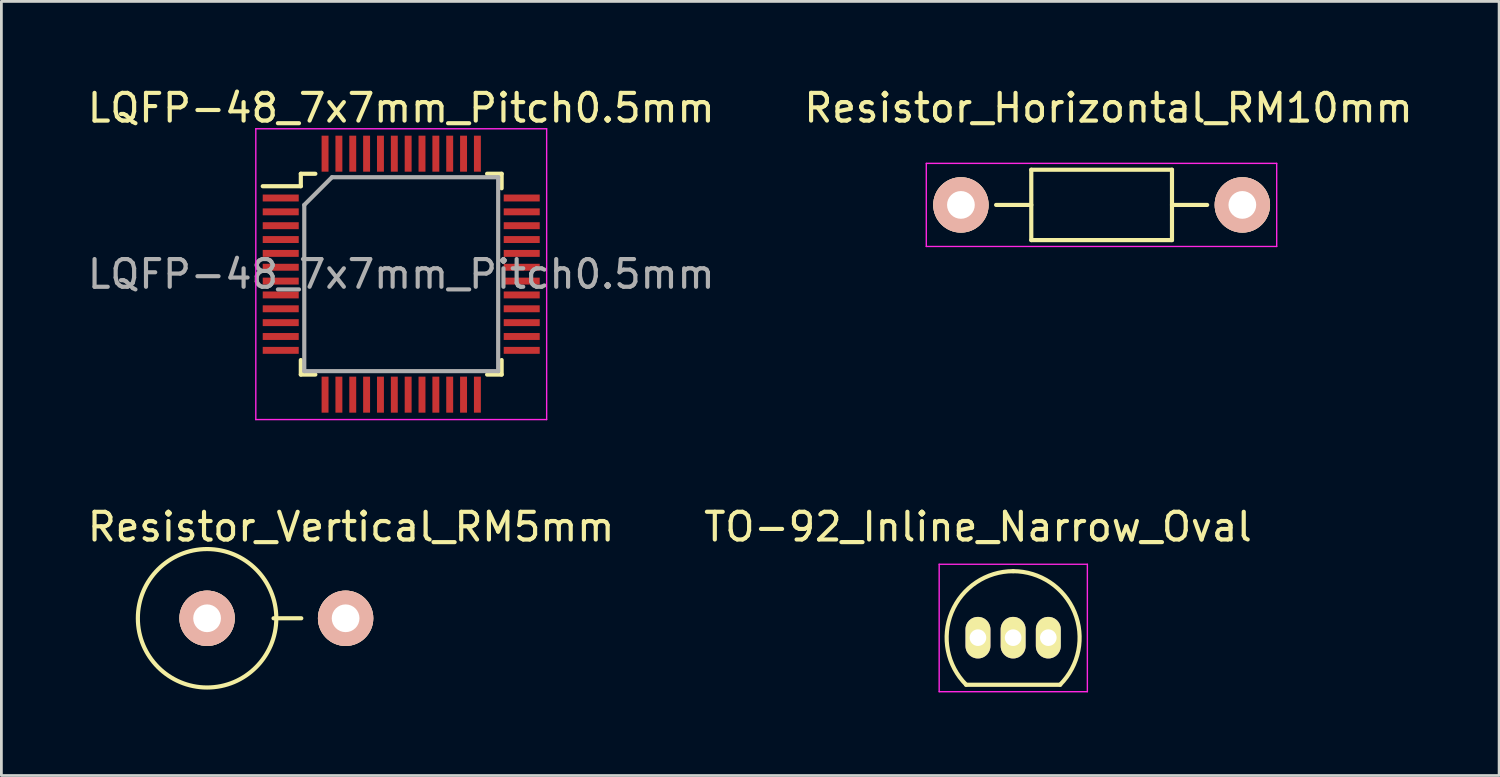
<source format=kicad_pcb>
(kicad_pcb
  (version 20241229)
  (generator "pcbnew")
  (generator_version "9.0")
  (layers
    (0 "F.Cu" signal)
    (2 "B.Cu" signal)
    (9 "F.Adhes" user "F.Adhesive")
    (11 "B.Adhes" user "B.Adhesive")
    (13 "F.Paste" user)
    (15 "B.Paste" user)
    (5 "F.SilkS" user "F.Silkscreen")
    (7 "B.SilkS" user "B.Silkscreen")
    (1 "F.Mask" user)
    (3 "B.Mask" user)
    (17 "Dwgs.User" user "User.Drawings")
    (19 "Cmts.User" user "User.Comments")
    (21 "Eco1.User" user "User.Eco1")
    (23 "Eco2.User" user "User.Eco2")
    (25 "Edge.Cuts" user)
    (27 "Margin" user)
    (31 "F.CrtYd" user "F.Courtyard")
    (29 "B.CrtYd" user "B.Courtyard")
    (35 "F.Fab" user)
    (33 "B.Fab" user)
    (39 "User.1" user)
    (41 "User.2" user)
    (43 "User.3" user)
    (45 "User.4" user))
  (footprint "Resistor_Vertical_RM5mm"
    (layer "F.Cu")
    (at 6.925 19.271)
    (property "Reference" "Resistor_Vertical_RM5mm" (at 2.7 -3.299 0) (layer "F.SilkS") (effects (font (size 1 1) (thickness 0.15))))
    (attr through_hole)
    (fp_line (start -0.099 0) (end 0.902 0) (stroke (width 0.15) (type solid)) (layer "F.SilkS"))
    (fp_circle (center -2.499 0) (end 0 0) (stroke (width 0.15) (type solid)) (fill no) (layer "F.SilkS"))
    (pad "1" thru_hole circle (at -2.499 0) (size 1.999 1.999) (drill 1.001) (layers "*.Cu" "*.SilkS" "*.Mask"))
    (pad "2" thru_hole circle (at 2.502 0) (size 1.999 1.999) (drill 1.001) (layers "*.Cu" "*.SilkS" "*.Mask")))
  (footprint "Resistor_Horizontal_RM10mm"
    (layer "F.Cu")
    (at 31.641 4.348)
    (property "Reference" "Resistor_Horizontal_RM10mm" (at 5.329 -3.5 0) (layer "F.SilkS") (effects (font (size 1 1) (thickness 0.15))))
    (attr through_hole)
    (fp_line (start 2.54 -1.27) (end 7.62 -1.27) (stroke (width 0.15) (type solid)) (layer "F.SilkS"))
    (fp_line (start 2.54 0) (end 1.27 0) (stroke (width 0.15) (type solid)) (layer "F.SilkS"))
    (fp_line (start 2.54 1.27) (end 2.54 -1.27) (stroke (width 0.15) (type solid)) (layer "F.SilkS"))
    (fp_line (start 7.62 -1.27) (end 7.62 1.27) (stroke (width 0.15) (type solid)) (layer "F.SilkS"))
    (fp_line (start 7.62 0) (end 8.89 0) (stroke (width 0.15) (type solid)) (layer "F.SilkS"))
    (fp_line (start 7.62 1.27) (end 2.54 1.27) (stroke (width 0.15) (type solid)) (layer "F.SilkS"))
    (fp_line (start -1.25 -1.5) (end 11.4 -1.5) (stroke (width 0.05) (type solid)) (layer "F.CrtYd"))
    (fp_line (start -1.25 1.5) (end -1.25 -1.5) (stroke (width 0.05) (type solid)) (layer "F.CrtYd"))
    (fp_line (start -1.25 1.5) (end 11.4 1.5) (stroke (width 0.05) (type solid)) (layer "F.CrtYd"))
    (fp_line (start 11.4 -1.5) (end 11.4 1.5) (stroke (width 0.05) (type solid)) (layer "F.CrtYd"))
    (pad "1" thru_hole circle (at 0 0) (size 1.999 1.999) (drill 1.001) (layers "*.Cu" "*.SilkS" "*.Mask"))
    (pad "2" thru_hole circle (at 10.16 0) (size 1.999 1.999) (drill 1.001) (layers "*.Cu" "*.SilkS" "*.Mask")))
  (footprint "LQFP-48_7x7mm_Pitch0.5mm"
    (layer "F.Cu")
    (at 11.435 6.848)
    (property "Reference" "LQFP-48_7x7mm_Pitch0.5mm" (at 0 -6 0) (layer "F.SilkS") (effects (font (size 1 1) (thickness 0.15))))
    (attr smd)
    (fp_line (start -3.625 -3.625) (end -3.625 -3.175) (stroke (width 0.15) (type solid)) (layer "F.SilkS"))
    (fp_line (start -3.625 -3.625) (end -3.1 -3.625) (stroke (width 0.15) (type solid)) (layer "F.SilkS"))
    (fp_line (start -3.625 -3.175) (end -5 -3.175) (stroke (width 0.15) (type solid)) (layer "F.SilkS"))
    (fp_line (start -3.625 3.625) (end -3.625 3.1) (stroke (width 0.15) (type solid)) (layer "F.SilkS"))
    (fp_line (start -3.625 3.625) (end -3.1 3.625) (stroke (width 0.15) (type solid)) (layer "F.SilkS"))
    (fp_line (start 3.625 -3.625) (end 3.1 -3.625) (stroke (width 0.15) (type solid)) (layer "F.SilkS"))
    (fp_line (start 3.625 -3.625) (end 3.625 -3.1) (stroke (width 0.15) (type solid)) (layer "F.SilkS"))
    (fp_line (start 3.625 3.625) (end 3.1 3.625) (stroke (width 0.15) (type solid)) (layer "F.SilkS"))
    (fp_line (start 3.625 3.625) (end 3.625 3.1) (stroke (width 0.15) (type solid)) (layer "F.SilkS"))
    (fp_line (start -5.25 -5.25) (end -5.25 5.25) (stroke (width 0.05) (type solid)) (layer "F.CrtYd"))
    (fp_line (start -5.25 -5.25) (end 5.25 -5.25) (stroke (width 0.05) (type solid)) (layer "F.CrtYd"))
    (fp_line (start -5.25 5.25) (end 5.25 5.25) (stroke (width 0.05) (type solid)) (layer "F.CrtYd"))
    (fp_line (start 5.25 -5.25) (end 5.25 5.25) (stroke (width 0.05) (type solid)) (layer "F.CrtYd"))
    (fp_line (start -3.5 -2.5) (end -2.5 -3.5) (stroke (width 0.15) (type solid)) (layer "F.Fab"))
    (fp_line (start -3.5 3.5) (end -3.5 -2.5) (stroke (width 0.15) (type solid)) (layer "F.Fab"))
    (fp_line (start -2.5 -3.5) (end 3.5 -3.5) (stroke (width 0.15) (type solid)) (layer "F.Fab"))
    (fp_line (start 3.5 -3.5) (end 3.5 3.5) (stroke (width 0.15) (type solid)) (layer "F.Fab"))
    (fp_line (start 3.5 3.5) (end -3.5 3.5) (stroke (width 0.15) (type solid)) (layer "F.Fab"))
    (fp_text user "${REFERENCE}" (at 0 0 0) (layer "F.Fab") (effects (font (size 1 1) (thickness 0.15))))
    (pad "1" smd rect (at -4.35 -2.75) (size 1.3 0.25) (layers "F.Cu" "F.Mask" "F.Paste"))
    (pad "2" smd rect (at -4.35 -2.25) (size 1.3 0.25) (layers "F.Cu" "F.Mask" "F.Paste"))
    (pad "3" smd rect (at -4.35 -1.75) (size 1.3 0.25) (layers "F.Cu" "F.Mask" "F.Paste"))
    (pad "4" smd rect (at -4.35 -1.25) (size 1.3 0.25) (layers "F.Cu" "F.Mask" "F.Paste"))
    (pad "5" smd rect (at -4.35 -0.75) (size 1.3 0.25) (layers "F.Cu" "F.Mask" "F.Paste"))
    (pad "6" smd rect (at -4.35 -0.25) (size 1.3 0.25) (layers "F.Cu" "F.Mask" "F.Paste"))
    (pad "7" smd rect (at -4.35 0.25) (size 1.3 0.25) (layers "F.Cu" "F.Mask" "F.Paste"))
    (pad "8" smd rect (at -4.35 0.75) (size 1.3 0.25) (layers "F.Cu" "F.Mask" "F.Paste"))
    (pad "9" smd rect (at -4.35 1.25) (size 1.3 0.25) (layers "F.Cu" "F.Mask" "F.Paste"))
    (pad "10" smd rect (at -4.35 1.75) (size 1.3 0.25) (layers "F.Cu" "F.Mask" "F.Paste"))
    (pad "11" smd rect (at -4.35 2.25) (size 1.3 0.25) (layers "F.Cu" "F.Mask" "F.Paste"))
    (pad "12" smd rect (at -4.35 2.75) (size 1.3 0.25) (layers "F.Cu" "F.Mask" "F.Paste"))
    (pad "13" smd rect (at -2.75 4.35 90) (size 1.3 0.25) (layers "F.Cu" "F.Mask" "F.Paste"))
    (pad "14" smd rect (at -2.25 4.35 90) (size 1.3 0.25) (layers "F.Cu" "F.Mask" "F.Paste"))
    (pad "15" smd rect (at -1.75 4.35 90) (size 1.3 0.25) (layers "F.Cu" "F.Mask" "F.Paste"))
    (pad "16" smd rect (at -1.25 4.35 90) (size 1.3 0.25) (layers "F.Cu" "F.Mask" "F.Paste"))
    (pad "17" smd rect (at -0.75 4.35 90) (size 1.3 0.25) (layers "F.Cu" "F.Mask" "F.Paste"))
    (pad "18" smd rect (at -0.25 4.35 90) (size 1.3 0.25) (layers "F.Cu" "F.Mask" "F.Paste"))
    (pad "19" smd rect (at 0.25 4.35 90) (size 1.3 0.25) (layers "F.Cu" "F.Mask" "F.Paste"))
    (pad "20" smd rect (at 0.75 4.35 90) (size 1.3 0.25) (layers "F.Cu" "F.Mask" "F.Paste"))
    (pad "21" smd rect (at 1.25 4.35 90) (size 1.3 0.25) (layers "F.Cu" "F.Mask" "F.Paste"))
    (pad "22" smd rect (at 1.75 4.35 90) (size 1.3 0.25) (layers "F.Cu" "F.Mask" "F.Paste"))
    (pad "23" smd rect (at 2.25 4.35 90) (size 1.3 0.25) (layers "F.Cu" "F.Mask" "F.Paste"))
    (pad "24" smd rect (at 2.75 4.35 90) (size 1.3 0.25) (layers "F.Cu" "F.Mask" "F.Paste"))
    (pad "25" smd rect (at 4.35 2.75) (size 1.3 0.25) (layers "F.Cu" "F.Mask" "F.Paste"))
    (pad "26" smd rect (at 4.35 2.25) (size 1.3 0.25) (layers "F.Cu" "F.Mask" "F.Paste"))
    (pad "27" smd rect (at 4.35 1.75) (size 1.3 0.25) (layers "F.Cu" "F.Mask" "F.Paste"))
    (pad "28" smd rect (at 4.35 1.25) (size 1.3 0.25) (layers "F.Cu" "F.Mask" "F.Paste"))
    (pad "29" smd rect (at 4.35 0.75) (size 1.3 0.25) (layers "F.Cu" "F.Mask" "F.Paste"))
    (pad "30" smd rect (at 4.35 0.25) (size 1.3 0.25) (layers "F.Cu" "F.Mask" "F.Paste"))
    (pad "31" smd rect (at 4.35 -0.25) (size 1.3 0.25) (layers "F.Cu" "F.Mask" "F.Paste"))
    (pad "32" smd rect (at 4.35 -0.75) (size 1.3 0.25) (layers "F.Cu" "F.Mask" "F.Paste"))
    (pad "33" smd rect (at 4.35 -1.25) (size 1.3 0.25) (layers "F.Cu" "F.Mask" "F.Paste"))
    (pad "34" smd rect (at 4.35 -1.75) (size 1.3 0.25) (layers "F.Cu" "F.Mask" "F.Paste"))
    (pad "35" smd rect (at 4.35 -2.25) (size 1.3 0.25) (layers "F.Cu" "F.Mask" "F.Paste"))
    (pad "36" smd rect (at 4.35 -2.75) (size 1.3 0.25) (layers "F.Cu" "F.Mask" "F.Paste"))
    (pad "37" smd rect (at 2.75 -4.35 90) (size 1.3 0.25) (layers "F.Cu" "F.Mask" "F.Paste"))
    (pad "38" smd rect (at 2.25 -4.35 90) (size 1.3 0.25) (layers "F.Cu" "F.Mask" "F.Paste"))
    (pad "39" smd rect (at 1.75 -4.35 90) (size 1.3 0.25) (layers "F.Cu" "F.Mask" "F.Paste"))
    (pad "40" smd rect (at 1.25 -4.35 90) (size 1.3 0.25) (layers "F.Cu" "F.Mask" "F.Paste"))
    (pad "41" smd rect (at 0.75 -4.35 90) (size 1.3 0.25) (layers "F.Cu" "F.Mask" "F.Paste"))
    (pad "42" smd rect (at 0.25 -4.35 90) (size 1.3 0.25) (layers "F.Cu" "F.Mask" "F.Paste"))
    (pad "43" smd rect (at -0.25 -4.35 90) (size 1.3 0.25) (layers "F.Cu" "F.Mask" "F.Paste"))
    (pad "44" smd rect (at -0.75 -4.35 90) (size 1.3 0.25) (layers "F.Cu" "F.Mask" "F.Paste"))
    (pad "45" smd rect (at -1.25 -4.35 90) (size 1.3 0.25) (layers "F.Cu" "F.Mask" "F.Paste"))
    (pad "46" smd rect (at -1.75 -4.35 90) (size 1.3 0.25) (layers "F.Cu" "F.Mask" "F.Paste"))
    (pad "47" smd rect (at -2.25 -4.35 90) (size 1.3 0.25) (layers "F.Cu" "F.Mask" "F.Paste"))
    (pad "48" smd rect (at -2.75 -4.35 90) (size 1.3 0.25) (layers "F.Cu" "F.Mask" "F.Paste")))
  (footprint "TO-92_Inline_Narrow_Oval"
    (layer "F.Cu")
    (at 32.256 19.971)
    (property "Reference" "TO-92_Inline_Narrow_Oval" (at 0 -4 0) (layer "F.SilkS") (effects (font (size 1 1) (thickness 0.15))))
    (attr through_hole)
    (fp_line (start -0.43 1.7) (end 2.97 1.7) (stroke (width 0.15) (type solid)) (layer "F.SilkS"))
    (fp_arc (start -0.427056 1.697056) (mid -0.947311 -0.91844) (end 1.27 -2.4) (stroke (width 0.15) (type solid)) (layer "F.SilkS"))
    (fp_arc (start 1.27 -2.4) (mid 3.487311 -0.91844) (end 2.967056 1.697056) (stroke (width 0.15) (type solid)) (layer "F.SilkS"))
    (fp_line (start -1.4 -2.65) (end 3.95 -2.65) (stroke (width 0.05) (type solid)) (layer "F.CrtYd"))
    (fp_line (start -1.4 1.95) (end -1.4 -2.65) (stroke (width 0.05) (type solid)) (layer "F.CrtYd"))
    (fp_line (start -1.4 1.95) (end 3.95 1.95) (stroke (width 0.05) (type solid)) (layer "F.CrtYd"))
    (fp_line (start 3.95 1.95) (end 3.95 -2.65) (stroke (width 0.05) (type solid)) (layer "F.CrtYd"))
    (pad "1" thru_hole oval (at 0 0 180) (size 0.899 1.501) (drill 0.6) (layers "*.Cu" "*.Mask" "F.SilkS"))
    (pad "2" thru_hole oval (at 1.27 0 180) (size 0.899 1.501) (drill 0.6) (layers "*.Cu" "*.Mask" "F.SilkS"))
    (pad "3" thru_hole oval (at 2.54 0 180) (size 0.899 1.501) (drill 0.6) (layers "*.Cu" "*.Mask" "F.SilkS")))
  (gr_rect
    (start -3 -3)
    (end 51.071 24.947)
    (stroke (width 0.1) (type default))
    (fill no)
    (layer "Edge.Cuts")))
</source>
